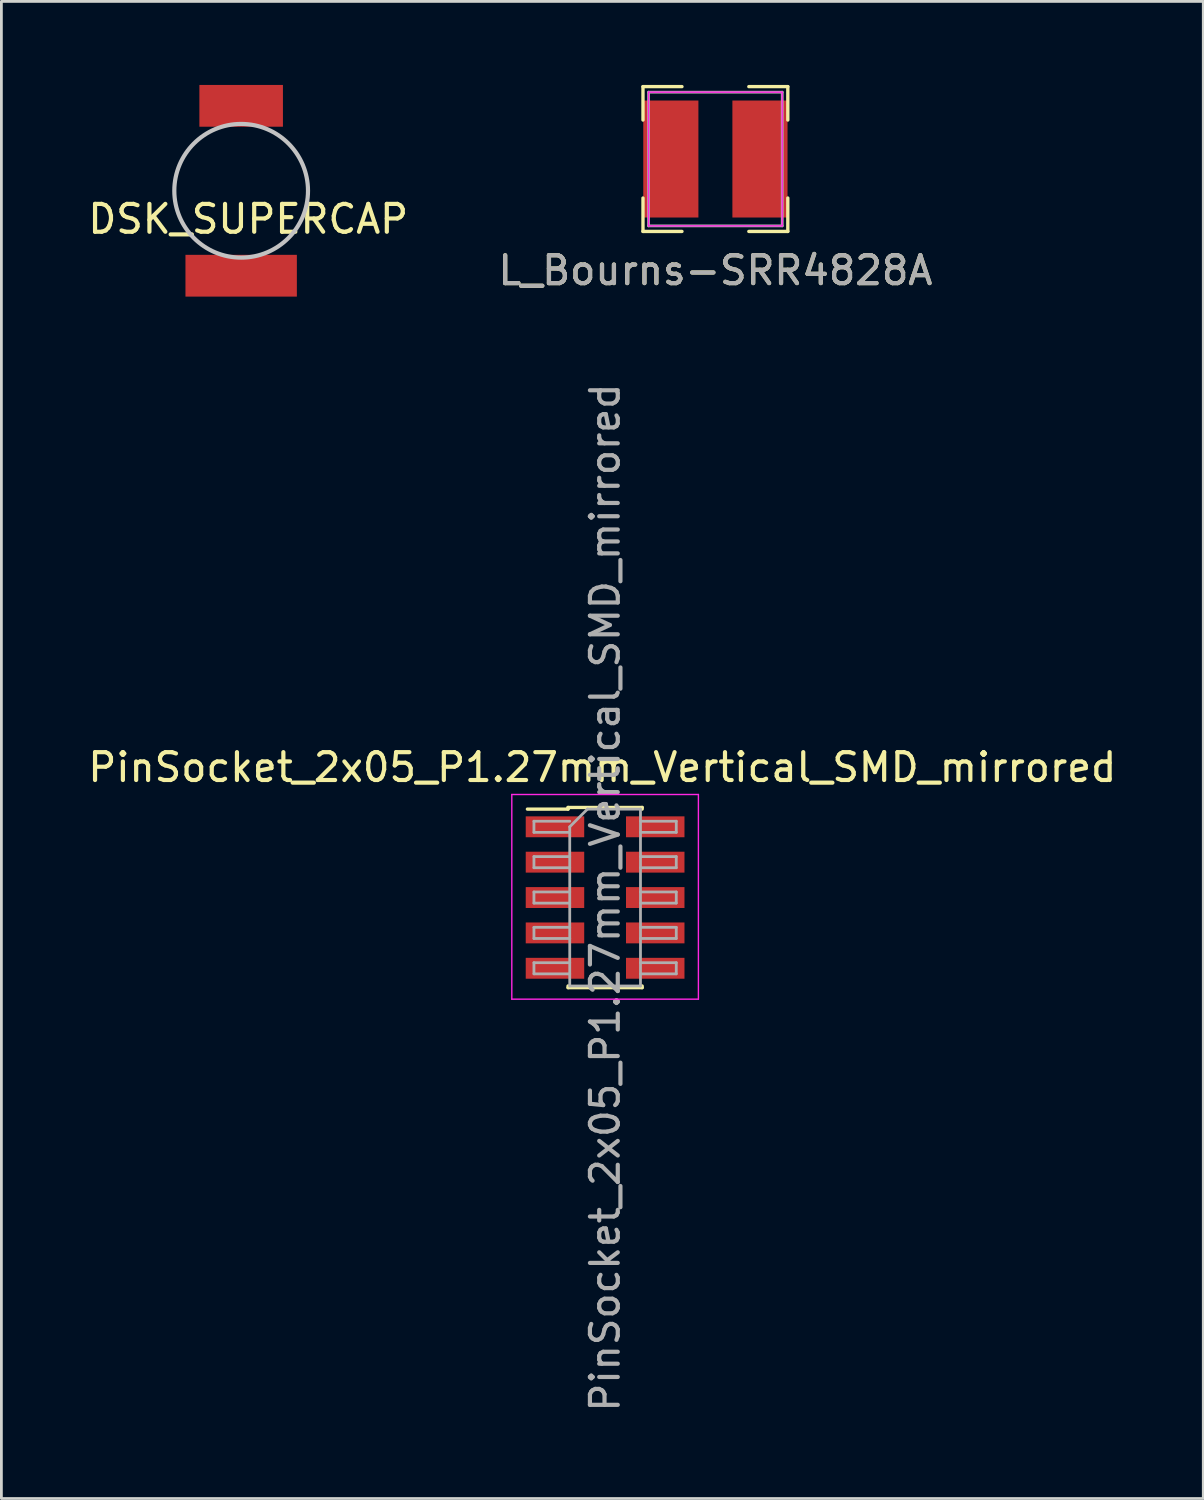
<source format=kicad_pcb>
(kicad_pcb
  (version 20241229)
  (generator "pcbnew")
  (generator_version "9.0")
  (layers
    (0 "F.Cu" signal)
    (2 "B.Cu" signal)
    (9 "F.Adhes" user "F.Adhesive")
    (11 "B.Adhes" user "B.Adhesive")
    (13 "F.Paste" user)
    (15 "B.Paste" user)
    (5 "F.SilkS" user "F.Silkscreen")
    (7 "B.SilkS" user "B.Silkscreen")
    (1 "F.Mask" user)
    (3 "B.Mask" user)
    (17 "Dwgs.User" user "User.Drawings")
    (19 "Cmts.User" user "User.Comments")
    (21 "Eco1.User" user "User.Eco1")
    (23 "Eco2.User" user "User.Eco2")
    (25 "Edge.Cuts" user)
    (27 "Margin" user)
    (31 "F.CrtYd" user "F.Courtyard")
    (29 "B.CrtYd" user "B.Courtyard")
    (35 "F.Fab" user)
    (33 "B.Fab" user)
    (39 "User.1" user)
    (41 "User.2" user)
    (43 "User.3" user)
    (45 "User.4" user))
  (footprint "DSK_SUPERCAP"
    (layer "F.Cu")
    (at 5.609 3.8)
    (property "Reference" "DSK_SUPERCAP" (at 0.254 1.016 0) (layer "F.SilkS") (effects (font (size 1 1) (thickness 0.15))))
    (attr through_hole)
    (fp_circle (center 0 0) (end 2.4 0) (stroke (width 0.15) (type solid)) (fill no) (layer "Dwgs.User"))
    (pad "1" smd rect (at 0 -3.05) (size 3 1.5) (layers "F.Cu" "F.Mask" "F.Paste"))
    (pad "2" smd rect (at 0 3.05) (size 4 1.5) (layers "F.Cu" "F.Mask" "F.Paste")))
  (footprint "L_Bourns-SRR4828A"
    (layer "F.Cu")
    (at 22.637 2.66)
    (property "Reference" "L_Bourns-SRR4828A" (at 0 4 0) (layer "F.SilkS") (effects (font (size 1 1) (thickness 0.15))))
    (attr smd)
    (fp_line (start -2.6 -2.6) (end -2.6 -1.4) (stroke (width 0.12) (type solid)) (layer "F.SilkS"))
    (fp_line (start -2.6 -2.6) (end -1.2 -2.6) (stroke (width 0.12) (type solid)) (layer "F.SilkS"))
    (fp_line (start -2.6 2.6) (end -2.6 1.4) (stroke (width 0.12) (type solid)) (layer "F.SilkS"))
    (fp_line (start -2.6 2.6) (end -1.2 2.6) (stroke (width 0.12) (type solid)) (layer "F.SilkS"))
    (fp_line (start 2.6 -2.6) (end 1.2 -2.6) (stroke (width 0.12) (type solid)) (layer "F.SilkS"))
    (fp_line (start 2.6 -2.6) (end 2.6 -1.4) (stroke (width 0.12) (type solid)) (layer "F.SilkS"))
    (fp_line (start 2.6 2.6) (end 1.2 2.6) (stroke (width 0.12) (type solid)) (layer "F.SilkS"))
    (fp_line (start 2.6 2.6) (end 2.6 1.4) (stroke (width 0.12) (type solid)) (layer "F.SilkS"))
    (fp_line (start -2.4 -2.4) (end -2.4 2.4) (stroke (width 0.05) (type solid)) (layer "F.CrtYd"))
    (fp_line (start -2.4 -2.4) (end 2.4 -2.4) (stroke (width 0.05) (type solid)) (layer "F.CrtYd"))
    (fp_line (start 2.4 -2.4) (end 2.4 2.4) (stroke (width 0.05) (type solid)) (layer "F.CrtYd"))
    (fp_line (start 2.4 2.4) (end -2.4 2.4) (stroke (width 0.05) (type solid)) (layer "F.CrtYd"))
    (fp_line (start -2.4 -2.4) (end -2.4 2.4) (stroke (width 0.1) (type solid)) (layer "F.Fab"))
    (fp_line (start -2.4 -2.4) (end 2.4 -2.4) (stroke (width 0.1) (type solid)) (layer "F.Fab"))
    (fp_line (start 2.4 -2.4) (end 2.4 2.4) (stroke (width 0.1) (type solid)) (layer "F.Fab"))
    (fp_line (start 2.4 2.4) (end -2.4 2.4) (stroke (width 0.1) (type solid)) (layer "F.Fab"))
    (fp_text user "${REFERENCE}" (at 0 4 0) (layer "F.Fab") (effects (font (size 1 1) (thickness 0.15))))
    (pad "1" smd rect (at -1.6 0) (size 1.98 4.2) (layers "F.Cu" "F.Mask" "F.Paste"))
    (pad "2" smd rect (at 1.6 0) (size 1.98 4.2) (layers "F.Cu" "F.Mask" "F.Paste")))
  (footprint "PinSocket_2x05_P1.27mm_Vertical_SMD_mirrored"
    (layer "F.Cu")
    (at 18.577 29.177)
    (property "Reference" "PinSocket_2x05_P1.27mm_Vertical_SMD_mirrored" (at 0 -4.675 0) (layer "F.SilkS") (effects (font (size 1 1) (thickness 0.15))))
    (attr smd)
    (fp_line (start -1.23 -3.235) (end -1.23 -3.175) (stroke (width 0.12) (type solid)) (layer "F.SilkS"))
    (fp_line (start -1.23 -3.175) (end -2.69 -3.175) (stroke (width 0.12) (type solid)) (layer "F.SilkS"))
    (fp_line (start -1.23 3.175) (end -1.23 3.235) (stroke (width 0.12) (type solid)) (layer "F.SilkS"))
    (fp_line (start 1.43 -3.235) (end -1.23 -3.235) (stroke (width 0.12) (type solid)) (layer "F.SilkS"))
    (fp_line (start 1.43 -3.235) (end 1.43 -3.175) (stroke (width 0.12) (type solid)) (layer "F.SilkS"))
    (fp_line (start 1.43 3.175) (end 1.43 3.235) (stroke (width 0.12) (type solid)) (layer "F.SilkS"))
    (fp_line (start 1.43 3.235) (end -1.23 3.235) (stroke (width 0.12) (type solid)) (layer "F.SilkS"))
    (fp_line (start -3.25 -3.7) (end -3.25 3.65) (stroke (width 0.05) (type solid)) (layer "F.CrtYd"))
    (fp_line (start -3.25 3.65) (end 3.45 3.65) (stroke (width 0.05) (type solid)) (layer "F.CrtYd"))
    (fp_line (start 3.45 -3.7) (end -3.25 -3.7) (stroke (width 0.05) (type solid)) (layer "F.CrtYd"))
    (fp_line (start 3.45 3.65) (end 3.45 -3.7) (stroke (width 0.05) (type solid)) (layer "F.CrtYd"))
    (fp_line (start -2.455 -2.74) (end -2.455 -2.34) (stroke (width 0.1) (type solid)) (layer "F.Fab"))
    (fp_line (start -2.455 -2.34) (end -1.17 -2.34) (stroke (width 0.1) (type solid)) (layer "F.Fab"))
    (fp_line (start -2.455 -1.47) (end -2.455 -1.07) (stroke (width 0.1) (type solid)) (layer "F.Fab"))
    (fp_line (start -2.455 -1.07) (end -1.17 -1.07) (stroke (width 0.1) (type solid)) (layer "F.Fab"))
    (fp_line (start -2.455 -0.2) (end -2.455 0.2) (stroke (width 0.1) (type solid)) (layer "F.Fab"))
    (fp_line (start -2.455 0.2) (end -1.17 0.2) (stroke (width 0.1) (type solid)) (layer "F.Fab"))
    (fp_line (start -2.455 1.07) (end -2.455 1.47) (stroke (width 0.1) (type solid)) (layer "F.Fab"))
    (fp_line (start -2.455 1.47) (end -1.17 1.47) (stroke (width 0.1) (type solid)) (layer "F.Fab"))
    (fp_line (start -2.455 2.34) (end -2.455 2.74) (stroke (width 0.1) (type solid)) (layer "F.Fab"))
    (fp_line (start -2.455 2.74) (end -1.17 2.74) (stroke (width 0.1) (type solid)) (layer "F.Fab"))
    (fp_line (start -1.17 -2.74) (end -2.455 -2.74) (stroke (width 0.1) (type solid)) (layer "F.Fab"))
    (fp_line (start -1.17 -2.54) (end -1.17 3.175) (stroke (width 0.1) (type solid)) (layer "F.Fab"))
    (fp_line (start -1.17 -1.47) (end -2.455 -1.47) (stroke (width 0.1) (type solid)) (layer "F.Fab"))
    (fp_line (start -1.17 -0.2) (end -2.455 -0.2) (stroke (width 0.1) (type solid)) (layer "F.Fab"))
    (fp_line (start -1.17 1.07) (end -2.455 1.07) (stroke (width 0.1) (type solid)) (layer "F.Fab"))
    (fp_line (start -1.17 2.34) (end -2.455 2.34) (stroke (width 0.1) (type solid)) (layer "F.Fab"))
    (fp_line (start -1.17 3.175) (end 1.37 3.175) (stroke (width 0.1) (type solid)) (layer "F.Fab"))
    (fp_line (start -0.535 -3.175) (end -1.17 -2.54) (stroke (width 0.1) (type solid)) (layer "F.Fab"))
    (fp_line (start 1.37 -3.175) (end -0.535 -3.175) (stroke (width 0.1) (type solid)) (layer "F.Fab"))
    (fp_line (start 1.37 -2.34) (end 2.655 -2.34) (stroke (width 0.1) (type solid)) (layer "F.Fab"))
    (fp_line (start 1.37 -1.07) (end 2.655 -1.07) (stroke (width 0.1) (type solid)) (layer "F.Fab"))
    (fp_line (start 1.37 0.2) (end 2.655 0.2) (stroke (width 0.1) (type solid)) (layer "F.Fab"))
    (fp_line (start 1.37 1.47) (end 2.655 1.47) (stroke (width 0.1) (type solid)) (layer "F.Fab"))
    (fp_line (start 1.37 2.74) (end 2.655 2.74) (stroke (width 0.1) (type solid)) (layer "F.Fab"))
    (fp_line (start 1.37 3.175) (end 1.37 -3.175) (stroke (width 0.1) (type solid)) (layer "F.Fab"))
    (fp_line (start 2.655 -2.74) (end 1.37 -2.74) (stroke (width 0.1) (type solid)) (layer "F.Fab"))
    (fp_line (start 2.655 -2.34) (end 2.655 -2.74) (stroke (width 0.1) (type solid)) (layer "F.Fab"))
    (fp_line (start 2.655 -1.47) (end 1.37 -1.47) (stroke (width 0.1) (type solid)) (layer "F.Fab"))
    (fp_line (start 2.655 -1.07) (end 2.655 -1.47) (stroke (width 0.1) (type solid)) (layer "F.Fab"))
    (fp_line (start 2.655 -0.2) (end 1.37 -0.2) (stroke (width 0.1) (type solid)) (layer "F.Fab"))
    (fp_line (start 2.655 0.2) (end 2.655 -0.2) (stroke (width 0.1) (type solid)) (layer "F.Fab"))
    (fp_line (start 2.655 1.07) (end 1.37 1.07) (stroke (width 0.1) (type solid)) (layer "F.Fab"))
    (fp_line (start 2.655 1.47) (end 2.655 1.07) (stroke (width 0.1) (type solid)) (layer "F.Fab"))
    (fp_line (start 2.655 2.34) (end 1.37 2.34) (stroke (width 0.1) (type solid)) (layer "F.Fab"))
    (fp_line (start 2.655 2.74) (end 2.655 2.34) (stroke (width 0.1) (type solid)) (layer "F.Fab"))
    (fp_text user "${REFERENCE}" (at 0.1 0 90) (layer "F.Fab") (effects (font (size 1 1) (thickness 0.15))))
    (pad "1" smd rect (at -1.7 -2.54) (size 2.1 0.75) (layers "F.Cu" "F.Mask" "F.Paste"))
    (pad "2" smd rect (at 1.9 -2.54) (size 2.1 0.75) (layers "F.Cu" "F.Mask" "F.Paste"))
    (pad "3" smd rect (at -1.7 -1.27) (size 2.1 0.75) (layers "F.Cu" "F.Mask" "F.Paste"))
    (pad "4" smd rect (at 1.9 -1.27) (size 2.1 0.75) (layers "F.Cu" "F.Mask" "F.Paste"))
    (pad "5" smd rect (at -1.7 0) (size 2.1 0.75) (layers "F.Cu" "F.Mask" "F.Paste"))
    (pad "6" smd rect (at 1.9 0) (size 2.1 0.75) (layers "F.Cu" "F.Mask" "F.Paste"))
    (pad "7" smd rect (at -1.7 1.27) (size 2.1 0.75) (layers "F.Cu" "F.Mask" "F.Paste"))
    (pad "8" smd rect (at 1.9 1.27) (size 2.1 0.75) (layers "F.Cu" "F.Mask" "F.Paste"))
    (pad "9" smd rect (at -1.7 2.54) (size 2.1 0.75) (layers "F.Cu" "F.Mask" "F.Paste"))
    (pad "10" smd rect (at 1.9 2.54) (size 2.1 0.75) (layers "F.Cu" "F.Mask" "F.Paste")))
  (gr_rect
    (start -3 -3)
    (end 40.155 50.755)
    (stroke (width 0.1) (type default))
    (fill no)
    (layer "Edge.Cuts")))
</source>
